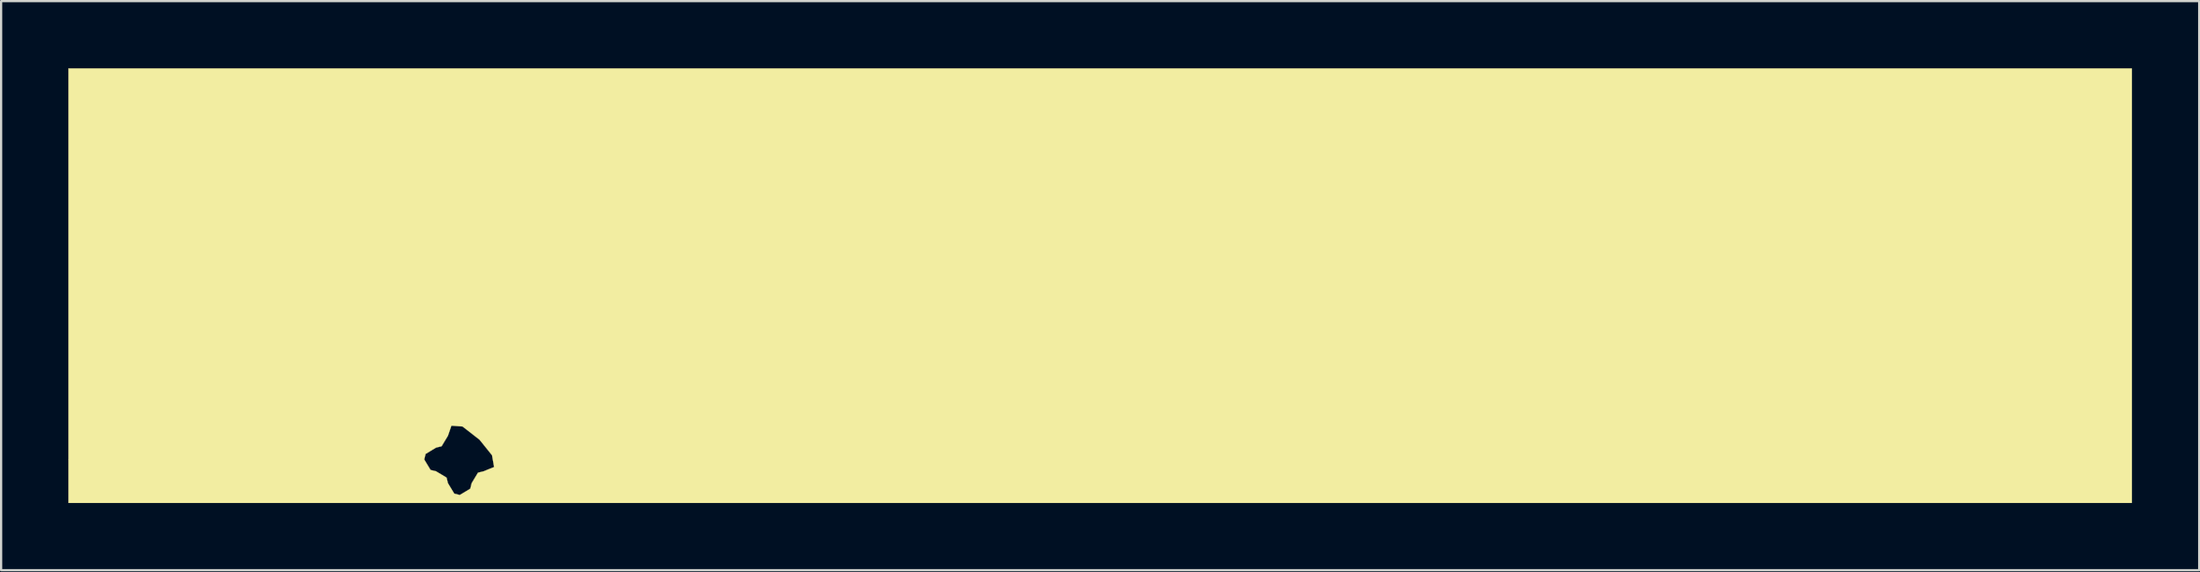
<source format=kicad_pcb>
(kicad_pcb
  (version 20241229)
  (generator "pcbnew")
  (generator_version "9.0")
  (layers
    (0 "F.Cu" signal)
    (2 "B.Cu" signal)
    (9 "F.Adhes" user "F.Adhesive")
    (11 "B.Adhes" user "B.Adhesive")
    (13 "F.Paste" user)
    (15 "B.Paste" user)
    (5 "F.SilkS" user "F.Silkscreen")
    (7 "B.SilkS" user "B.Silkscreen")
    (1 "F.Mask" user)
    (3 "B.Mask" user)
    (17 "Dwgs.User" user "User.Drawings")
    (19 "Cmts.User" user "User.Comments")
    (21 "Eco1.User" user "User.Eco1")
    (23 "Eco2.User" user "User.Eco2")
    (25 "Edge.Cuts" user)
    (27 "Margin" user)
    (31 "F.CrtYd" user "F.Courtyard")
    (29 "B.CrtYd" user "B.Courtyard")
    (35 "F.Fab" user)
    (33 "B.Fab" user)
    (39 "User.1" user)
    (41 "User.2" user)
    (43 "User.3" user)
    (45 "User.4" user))
  (footprint "Logo_Bolay"
    (layer "F.Cu")
    (at 45.866 9.53)
    (property "Reference" "Logo_Bolay" (at 0 0 0) (layer "F.SilkS") (effects (font (size 1.524 1.524) (thickness 0.3))))
    (attr through_hole)
    (fp_poly (pts (xy 46.214 9.878) (xy -45.861 9.878) (xy -45.861 7.938) (xy -29.986 7.938) (xy -29.704 8.405) (xy -29.457 8.467) (xy -28.989 8.749) (xy -28.928 8.996) (xy -28.645 9.464) (xy -28.399 9.525) (xy -27.931 9.243) (xy -27.869 8.996) (xy -27.587 8.528) (xy -27.34 8.467) (xy -26.867 8.275) (xy -26.96 7.749) (xy -27.517 7.056) (xy -28.277 6.464) (xy -28.772 6.428) (xy -28.928 6.879) (xy -29.21 7.347) (xy -29.457 7.408) (xy -29.925 7.691) (xy -29.986 7.938) (xy -45.861 7.938) (xy -45.861 -9.525) (xy 46.214 -9.525) (xy 46.214 9.878)) (stroke (width 0.01) (type solid)) (fill yes) (layer "F.SilkS")))
  (gr_rect
    (start -3 -3)
    (end 95.085 22.413)
    (stroke (width 0.1) (type default))
    (fill no)
    (layer "Edge.Cuts")))
</source>
